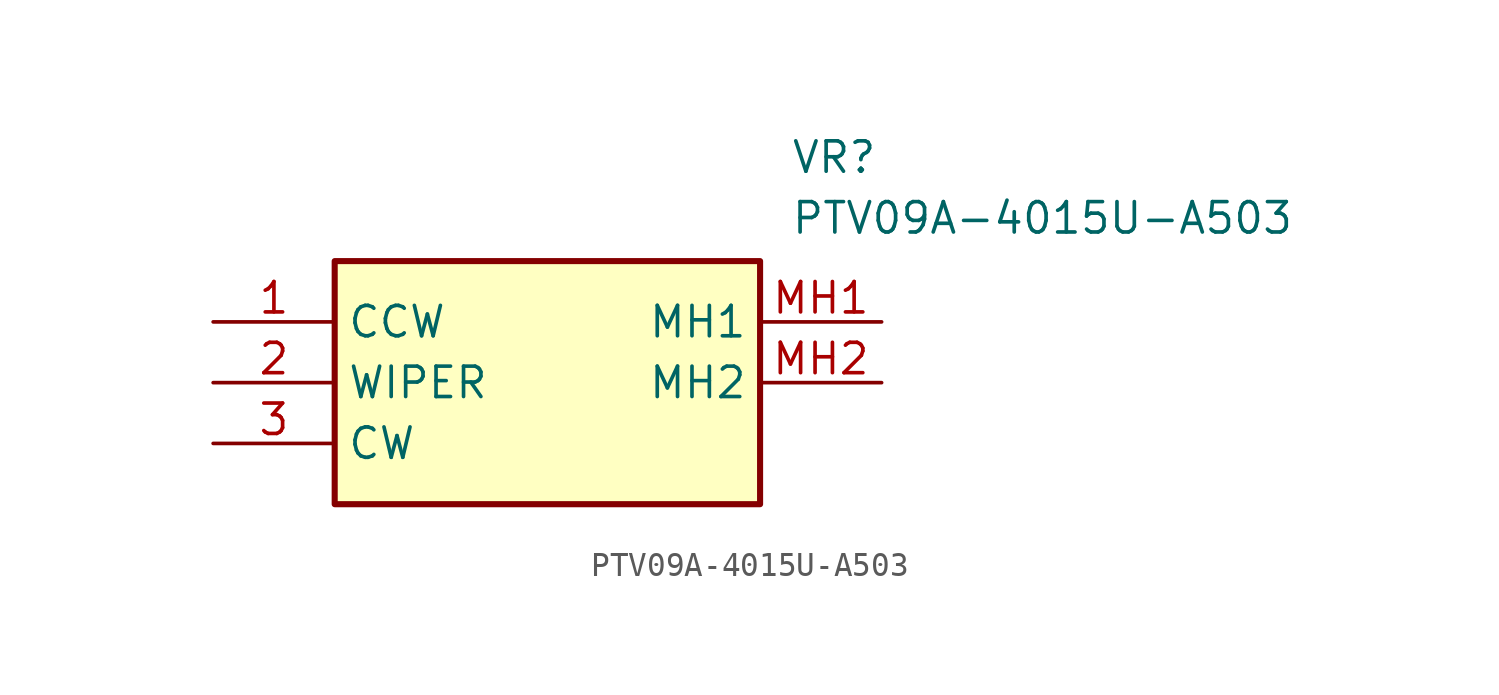
<source format=kicad_sym>
(kicad_symbol_lib
  (version 20211014)
  (generator SamacSys_ECAD_Model)
  (symbol "PTV09A-4015U-A503"
    (property "Reference" "VR"
      (at 24.13 7.62 0)
      (effects (font (size 1.27 1.27)) (justify left top)))
    (property "Value" "PTV09A-4015U-A503"
      (at 24.13 5.08 0)
      (effects (font (size 1.27 1.27)) (justify left top)))
    (rectangle
      (start 5.08 2.54)
      (end 22.86 -7.62)
      (stroke (width 0.254) (type default))
      (fill (type background)))
    (pin passive line
      (at 0 0 0)
      (length 5.08)
      (name "CCW" (effects (font (size 1.27 1.27))))
      (number "1" (effects (font (size 1.27 1.27)))))
    (pin passive line
      (at 0 -2.54 0)
      (length 5.08)
      (name "WIPER" (effects (font (size 1.27 1.27))))
      (number "2" (effects (font (size 1.27 1.27)))))
    (pin passive line
      (at 0 -5.08 0)
      (length 5.08)
      (name "CW" (effects (font (size 1.27 1.27))))
      (number "3" (effects (font (size 1.27 1.27)))))
    (pin passive line
      (at 27.94 0 180)
      (length 5.08)
      (name "MH1" (effects (font (size 1.27 1.27))))
      (number "MH1" (effects (font (size 1.27 1.27)))))
    (pin passive line
      (at 27.94 -2.54 180)
      (length 5.08)
      (name "MH2" (effects (font (size 1.27 1.27))))
      (number "MH2" (effects (font (size 1.27 1.27)))))))
</source>
